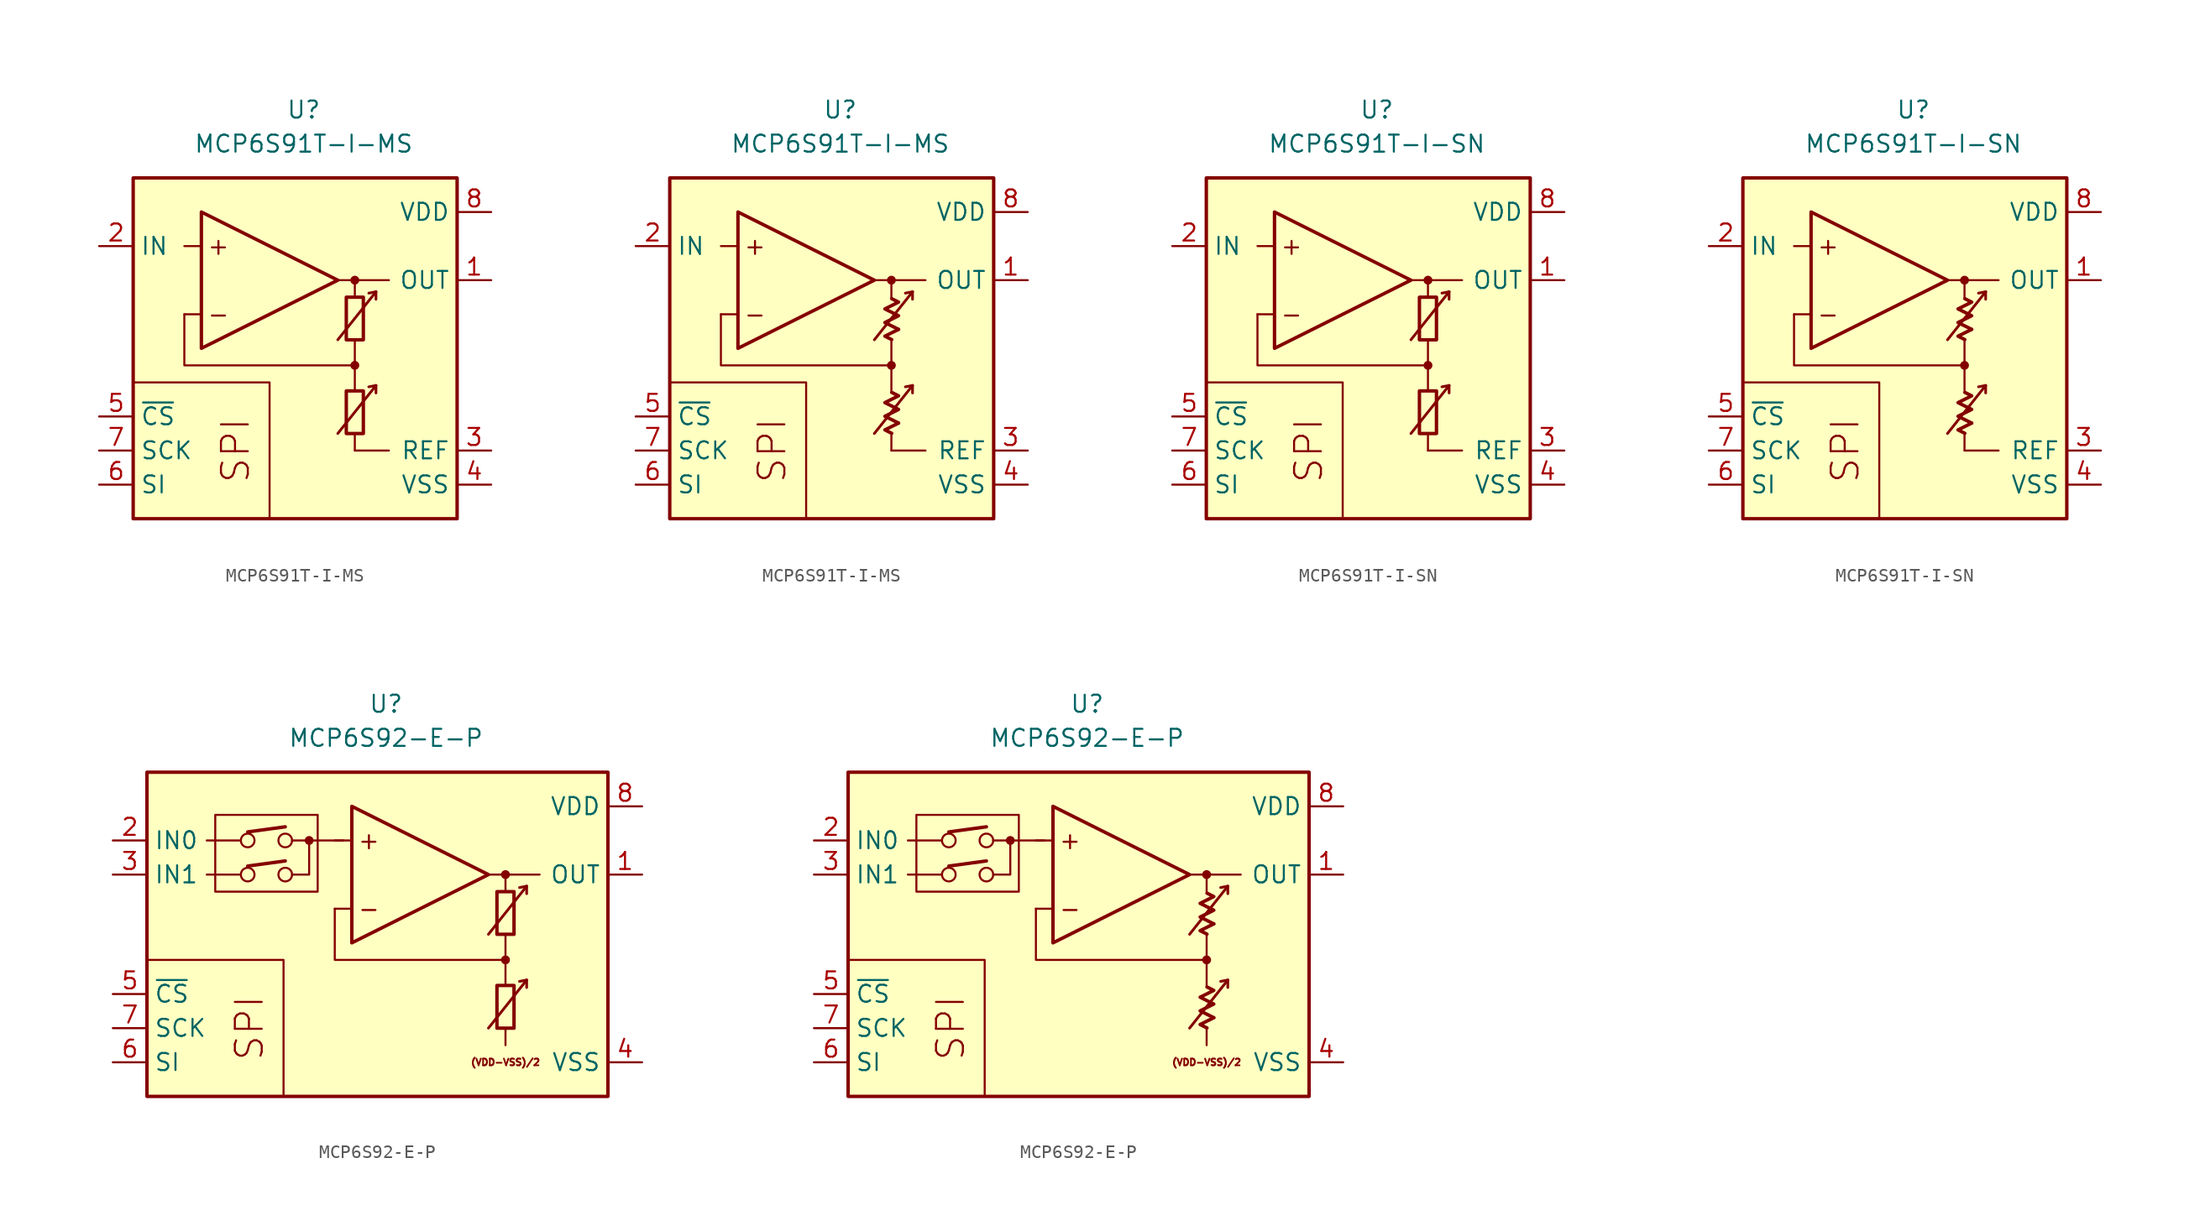
<source format=kicad_sym>
(kicad_symbol_lib
  (version 20231120)
  (generator "kicad_symbol_editor")
  (generator_version "8.0")
  (symbol "MCP6S91T-I-MS"
    (property "Reference" "U"
      (at 0 17.78 0)
      (effects (font (size 1.27 1.27))))
    (property "Value" "MCP6S91T-I-MS"
      (at 0 15.24 0)
      (effects (font (size 1.27 1.27))))
    (symbol "MCP6S91T-I-MS_0_0"
      (rectangle (start -12.7 12.7) (end 11.43 -12.7) (stroke (width 0.254) (type default)) (fill (type background)))
      (polyline (pts (xy 3.81 -3.81)) (stroke (width 0.152) (type default)) (fill (type none)))
      (polyline (pts (xy 3.81 -3.81)) (stroke (width 0.152) (type default)) (fill (type none)))
      (polyline (pts (xy 3.81 -3.175)) (stroke (width 0.152) (type default)) (fill (type none)))
      (polyline (pts (xy 3.81 3.175)) (stroke (width 0.152) (type default)) (fill (type none)))
      (polyline (pts (xy 3.81 3.81)) (stroke (width 0.152) (type default)) (fill (type none)))
      (polyline (pts (xy 3.81 3.81)) (stroke (width 0.152) (type default)) (fill (type none)))
      (polyline (pts (xy -7.62 2.54) (xy -8.89 2.54)) (stroke (width 0.152) (type default)) (fill (type none)))
      (polyline (pts (xy -7.62 7.62) (xy -8.89 7.62)) (stroke (width 0.152) (type default)) (fill (type none)))
      (polyline (pts (xy 2.54 5.08) (xy 6.35 5.08)) (stroke (width 0.152) (type default)) (fill (type none)))
      (polyline (pts (xy 3.81 -6.35) (xy 3.81 -7.62)) (stroke (width 0.152) (type default)) (fill (type none)))
      (polyline (pts (xy 3.81 -1.27) (xy 3.81 -3.175)) (stroke (width 0.152) (type default)) (fill (type none)))
      (polyline (pts (xy 3.81 0.635) (xy 3.81 -1.27)) (stroke (width 0.152) (type default)) (fill (type none)))
      (polyline (pts (xy 3.81 5.08) (xy 3.81 3.81)) (stroke (width 0.152) (type default)) (fill (type none)))
      (polyline (pts (xy -2.54 -12.7) (xy -2.54 -2.54) (xy -12.7 -2.54)) (stroke (width 0.152) (type default)) (fill (type none)))
      (polyline (pts (xy 3.81 -1.27) (xy -8.89 -1.27) (xy -8.89 2.54)) (stroke (width 0.152) (type default)) (fill (type none)))
      (circle (center 3.81 -1.27) (radius 0.254) (stroke (width 0.152) (type default)) (fill (type outline)))
      (circle (center 3.81 5.08) (radius 0.254) (stroke (width 0.152) (type default)) (fill (type outline)))
      (text "+" (at -6.35 7.62 0) (effects (font (size 1.27 1.27))))
      (text "-" (at -6.35 2.54 0) (effects (font (size 1.27 1.27))))
      (text "SPI" (at -5.08 -7.62 900) (effects (font (size 2 2)))))
    (symbol "MCP6S91T-I-MS_0_1"
      (rectangle (start 3.175 -3.175) (end 4.445 -6.35) (stroke (width 0.254) (type default)) (fill (type none)))
      (rectangle (start 3.175 3.81) (end 4.445 0.635) (stroke (width 0.254) (type default)) (fill (type none))))
    (symbol "MCP6S91T-I-MS_0_2"
      (polyline (pts (xy 4.343 -5.572) (xy 3.326 -6.08) (xy 3.834 -6.333)) (stroke (width 0.254) (type default)) (fill (type none)))
      (polyline (pts (xy 4.343 1.413) (xy 3.326 0.905) (xy 3.834 0.651)) (stroke (width 0.254) (type default)) (fill (type none)))
      (polyline (pts (xy 3.834 -3.285) (xy 4.343 -3.539) (xy 3.326 -4.048) (xy 4.343 -4.556) (xy 3.326 -5.064) (xy 4.343 -5.572)) (stroke (width 0.254) (type default)) (fill (type none)))
      (polyline (pts (xy 3.834 3.7) (xy 4.343 3.446) (xy 3.326 2.938) (xy 4.343 2.429) (xy 3.326 1.921) (xy 4.343 1.413)) (stroke (width 0.254) (type default)) (fill (type none))))
    (symbol "MCP6S91T-I-MS_1_0"
      (polyline (pts (xy 3.81 -7.62) (xy 6.35 -7.62)) (stroke (width 0) (type default)) (fill (type none)))
      (polyline (pts (xy 5.385 -2.769) (xy 4.851 -2.87)) (stroke (width 0.2) (type default)) (fill (type none)))
      (polyline (pts (xy 5.385 -2.769) (xy 5.385 -3.327)) (stroke (width 0.2) (type default)) (fill (type none)))
      (polyline (pts (xy 5.385 4.216) (xy 4.851 4.115)) (stroke (width 0.2) (type default)) (fill (type none)))
      (polyline (pts (xy 5.385 4.216) (xy 5.385 3.658)) (stroke (width 0.2) (type default)) (fill (type none)))
      (polyline (pts (xy -7.62 10.16) (xy -7.62 0) (xy 2.54 5.08) (xy -7.62 10.16)) (stroke (width 0.254) (type default)) (fill (type background)))
      (polyline (pts (xy 2.54 -6.35) (xy 5.385 -2.769) (xy 5.385 -2.769) (xy 5.385 -2.769)) (stroke (width 0.2) (type default)) (fill (type none)))
      (polyline (pts (xy 2.54 0.635) (xy 5.385 4.216) (xy 5.385 4.216) (xy 5.385 4.216)) (stroke (width 0.2) (type default)) (fill (type none))))
    (symbol "MCP6S91T-I-MS_1_1"
      (pin output line (at 13.97 5.08 180) (length 2.54) (name "OUT" (effects (font (size 1.27 1.27)))) (number "1" (effects (font (size 1.27 1.27)))))
      (pin input line (at -15.24 7.62 0) (length 2.54) (name "IN" (effects (font (size 1.27 1.27)))) (number "2" (effects (font (size 1.27 1.27)))))
      (pin passive line (at 13.97 -7.62 180) (length 2.54) (name "REF" (effects (font (size 1.27 1.27)))) (number "3" (effects (font (size 1.27 1.27)))))
      (pin power_in line (at 13.97 -10.16 180) (length 2.54) (name "VSS" (effects (font (size 1.27 1.27)))) (number "4" (effects (font (size 1.27 1.27)))))
      (pin input line (at -15.24 -5.08 0) (length 2.54) (name "~{CS}" (effects (font (size 1.27 1.27)))) (number "5" (effects (font (size 1.27 1.27)))))
      (pin input line (at -15.24 -10.16 0) (length 2.54) (name "SI" (effects (font (size 1.27 1.27)))) (number "6" (effects (font (size 1.27 1.27)))))
      (pin input line (at -15.24 -7.62 0) (length 2.54) (name "SCK" (effects (font (size 1.27 1.27)))) (number "7" (effects (font (size 1.27 1.27)))))
      (pin power_in line (at 13.97 10.16 180) (length 2.54) (name "VDD" (effects (font (size 1.27 1.27)))) (number "8" (effects (font (size 1.27 1.27))))))
    (symbol "MCP6S91T-I-MS_1_2"
      (pin output line (at 13.97 5.08 180) (length 2.54) (name "OUT" (effects (font (size 1.27 1.27)))) (number "1" (effects (font (size 1.27 1.27)))))
      (pin input line (at -15.24 7.62 0) (length 2.54) (name "IN" (effects (font (size 1.27 1.27)))) (number "2" (effects (font (size 1.27 1.27)))))
      (pin passive line (at 13.97 -7.62 180) (length 2.54) (name "REF" (effects (font (size 1.27 1.27)))) (number "3" (effects (font (size 1.27 1.27)))))
      (pin power_in line (at 13.97 -10.16 180) (length 2.54) (name "VSS" (effects (font (size 1.27 1.27)))) (number "4" (effects (font (size 1.27 1.27)))))
      (pin input line (at -15.24 -5.08 0) (length 2.54) (name "~{CS}" (effects (font (size 1.27 1.27)))) (number "5" (effects (font (size 1.27 1.27)))))
      (pin input line (at -15.24 -10.16 0) (length 2.54) (name "SI" (effects (font (size 1.27 1.27)))) (number "6" (effects (font (size 1.27 1.27)))))
      (pin input line (at -15.24 -7.62 0) (length 2.54) (name "SCK" (effects (font (size 1.27 1.27)))) (number "7" (effects (font (size 1.27 1.27)))))
      (pin power_in line (at 13.97 10.16 180) (length 2.54) (name "VDD" (effects (font (size 1.27 1.27)))) (number "8" (effects (font (size 1.27 1.27)))))))
  (symbol "MCP6S91T-I-SN"
    (property "Reference" "U"
      (at 0 17.78 0)
      (effects (font (size 1.27 1.27))))
    (property "Value" "MCP6S91T-I-SN"
      (at 0 15.24 0)
      (effects (font (size 1.27 1.27))))
    (symbol "MCP6S91T-I-SN_0_0"
      (rectangle (start -12.7 12.7) (end 11.43 -12.7) (stroke (width 0.254) (type default)) (fill (type background)))
      (polyline (pts (xy 3.81 -3.81)) (stroke (width 0.152) (type default)) (fill (type none)))
      (polyline (pts (xy 3.81 -3.81)) (stroke (width 0.152) (type default)) (fill (type none)))
      (polyline (pts (xy 3.81 -3.175)) (stroke (width 0.152) (type default)) (fill (type none)))
      (polyline (pts (xy 3.81 3.175)) (stroke (width 0.152) (type default)) (fill (type none)))
      (polyline (pts (xy 3.81 3.81)) (stroke (width 0.152) (type default)) (fill (type none)))
      (polyline (pts (xy 3.81 3.81)) (stroke (width 0.152) (type default)) (fill (type none)))
      (polyline (pts (xy -7.62 2.54) (xy -8.89 2.54)) (stroke (width 0.152) (type default)) (fill (type none)))
      (polyline (pts (xy -7.62 7.62) (xy -8.89 7.62)) (stroke (width 0.152) (type default)) (fill (type none)))
      (polyline (pts (xy 2.54 5.08) (xy 6.35 5.08)) (stroke (width 0.152) (type default)) (fill (type none)))
      (polyline (pts (xy 3.81 -6.35) (xy 3.81 -7.62)) (stroke (width 0.152) (type default)) (fill (type none)))
      (polyline (pts (xy 3.81 -1.27) (xy 3.81 -3.175)) (stroke (width 0.152) (type default)) (fill (type none)))
      (polyline (pts (xy 3.81 0.635) (xy 3.81 -1.27)) (stroke (width 0.152) (type default)) (fill (type none)))
      (polyline (pts (xy 3.81 5.08) (xy 3.81 3.81)) (stroke (width 0.152) (type default)) (fill (type none)))
      (polyline (pts (xy -2.54 -12.7) (xy -2.54 -2.54) (xy -12.7 -2.54)) (stroke (width 0.152) (type default)) (fill (type none)))
      (polyline (pts (xy 3.81 -1.27) (xy -8.89 -1.27) (xy -8.89 2.54)) (stroke (width 0.152) (type default)) (fill (type none)))
      (circle (center 3.81 -1.27) (radius 0.254) (stroke (width 0.152) (type default)) (fill (type outline)))
      (circle (center 3.81 5.08) (radius 0.254) (stroke (width 0.152) (type default)) (fill (type outline)))
      (text "+" (at -6.35 7.62 0) (effects (font (size 1.27 1.27))))
      (text "-" (at -6.35 2.54 0) (effects (font (size 1.27 1.27))))
      (text "SPI" (at -5.08 -7.62 900) (effects (font (size 2 2)))))
    (symbol "MCP6S91T-I-SN_0_1"
      (rectangle (start 3.175 -3.175) (end 4.445 -6.35) (stroke (width 0.254) (type default)) (fill (type none)))
      (rectangle (start 3.175 3.81) (end 4.445 0.635) (stroke (width 0.254) (type default)) (fill (type none))))
    (symbol "MCP6S91T-I-SN_0_2"
      (polyline (pts (xy 4.343 -5.572) (xy 3.326 -6.08) (xy 3.834 -6.333)) (stroke (width 0.254) (type default)) (fill (type none)))
      (polyline (pts (xy 4.343 1.413) (xy 3.326 0.905) (xy 3.834 0.651)) (stroke (width 0.254) (type default)) (fill (type none)))
      (polyline (pts (xy 3.834 -3.285) (xy 4.343 -3.539) (xy 3.326 -4.048) (xy 4.343 -4.556) (xy 3.326 -5.064) (xy 4.343 -5.572)) (stroke (width 0.254) (type default)) (fill (type none)))
      (polyline (pts (xy 3.834 3.7) (xy 4.343 3.446) (xy 3.326 2.938) (xy 4.343 2.429) (xy 3.326 1.921) (xy 4.343 1.413)) (stroke (width 0.254) (type default)) (fill (type none))))
    (symbol "MCP6S91T-I-SN_1_0"
      (polyline (pts (xy 3.81 -7.62) (xy 6.35 -7.62)) (stroke (width 0) (type default)) (fill (type none)))
      (polyline (pts (xy 5.385 -2.769) (xy 4.851 -2.87)) (stroke (width 0.2) (type default)) (fill (type none)))
      (polyline (pts (xy 5.385 -2.769) (xy 5.385 -3.327)) (stroke (width 0.2) (type default)) (fill (type none)))
      (polyline (pts (xy 5.385 4.216) (xy 4.851 4.115)) (stroke (width 0.2) (type default)) (fill (type none)))
      (polyline (pts (xy 5.385 4.216) (xy 5.385 3.658)) (stroke (width 0.2) (type default)) (fill (type none)))
      (polyline (pts (xy -7.62 10.16) (xy -7.62 0) (xy 2.54 5.08) (xy -7.62 10.16)) (stroke (width 0.254) (type default)) (fill (type background)))
      (polyline (pts (xy 2.54 -6.35) (xy 5.385 -2.769) (xy 5.385 -2.769) (xy 5.385 -2.769)) (stroke (width 0.2) (type default)) (fill (type none)))
      (polyline (pts (xy 2.54 0.635) (xy 5.385 4.216) (xy 5.385 4.216) (xy 5.385 4.216)) (stroke (width 0.2) (type default)) (fill (type none))))
    (symbol "MCP6S91T-I-SN_1_1"
      (pin output line (at 13.97 5.08 180) (length 2.54) (name "OUT" (effects (font (size 1.27 1.27)))) (number "1" (effects (font (size 1.27 1.27)))))
      (pin input line (at -15.24 7.62 0) (length 2.54) (name "IN" (effects (font (size 1.27 1.27)))) (number "2" (effects (font (size 1.27 1.27)))))
      (pin passive line (at 13.97 -7.62 180) (length 2.54) (name "REF" (effects (font (size 1.27 1.27)))) (number "3" (effects (font (size 1.27 1.27)))))
      (pin power_in line (at 13.97 -10.16 180) (length 2.54) (name "VSS" (effects (font (size 1.27 1.27)))) (number "4" (effects (font (size 1.27 1.27)))))
      (pin input line (at -15.24 -5.08 0) (length 2.54) (name "~{CS}" (effects (font (size 1.27 1.27)))) (number "5" (effects (font (size 1.27 1.27)))))
      (pin input line (at -15.24 -10.16 0) (length 2.54) (name "SI" (effects (font (size 1.27 1.27)))) (number "6" (effects (font (size 1.27 1.27)))))
      (pin input line (at -15.24 -7.62 0) (length 2.54) (name "SCK" (effects (font (size 1.27 1.27)))) (number "7" (effects (font (size 1.27 1.27)))))
      (pin power_in line (at 13.97 10.16 180) (length 2.54) (name "VDD" (effects (font (size 1.27 1.27)))) (number "8" (effects (font (size 1.27 1.27))))))
    (symbol "MCP6S91T-I-SN_1_2"
      (pin output line (at 13.97 5.08 180) (length 2.54) (name "OUT" (effects (font (size 1.27 1.27)))) (number "1" (effects (font (size 1.27 1.27)))))
      (pin input line (at -15.24 7.62 0) (length 2.54) (name "IN" (effects (font (size 1.27 1.27)))) (number "2" (effects (font (size 1.27 1.27)))))
      (pin passive line (at 13.97 -7.62 180) (length 2.54) (name "REF" (effects (font (size 1.27 1.27)))) (number "3" (effects (font (size 1.27 1.27)))))
      (pin power_in line (at 13.97 -10.16 180) (length 2.54) (name "VSS" (effects (font (size 1.27 1.27)))) (number "4" (effects (font (size 1.27 1.27)))))
      (pin input line (at -15.24 -5.08 0) (length 2.54) (name "~{CS}" (effects (font (size 1.27 1.27)))) (number "5" (effects (font (size 1.27 1.27)))))
      (pin input line (at -15.24 -10.16 0) (length 2.54) (name "SI" (effects (font (size 1.27 1.27)))) (number "6" (effects (font (size 1.27 1.27)))))
      (pin input line (at -15.24 -7.62 0) (length 2.54) (name "SCK" (effects (font (size 1.27 1.27)))) (number "7" (effects (font (size 1.27 1.27)))))
      (pin power_in line (at 13.97 10.16 180) (length 2.54) (name "VDD" (effects (font (size 1.27 1.27)))) (number "8" (effects (font (size 1.27 1.27)))))))
  (symbol "MCP6S92-E-P"
    (property "Reference" "U"
      (at 0 17.78 0)
      (effects (font (size 1.27 1.27))))
    (property "Value" "MCP6S92-E-P"
      (at 0 15.24 0)
      (effects (font (size 1.27 1.27))))
    (symbol "MCP6S92-E-P_0_0"
      (rectangle (start -17.78 12.7) (end 16.51 -11.43) (stroke (width 0.254) (type default)) (fill (type background)))
      (rectangle (start -12.7 9.525) (end -5.08 3.81) (stroke (width 0.152) (type default)) (fill (type none)))
      (circle (center -10.287 5.08) (radius 0.508) (stroke (width 0) (type default)) (fill (type none)))
      (circle (center -10.287 7.62) (radius 0.508) (stroke (width 0) (type default)) (fill (type none)))
      (circle (center -7.493 5.08) (radius 0.508) (stroke (width 0) (type default)) (fill (type none)))
      (circle (center -7.493 7.62) (radius 0.508) (stroke (width 0) (type default)) (fill (type none)))
      (circle (center -5.715 7.62) (radius 0.254) (stroke (width 0.152) (type default)) (fill (type outline)))
      (polyline (pts (xy 8.89 -3.81)) (stroke (width 0.152) (type default)) (fill (type none)))
      (polyline (pts (xy 8.89 -3.81)) (stroke (width 0.152) (type default)) (fill (type none)))
      (polyline (pts (xy 8.89 -3.175)) (stroke (width 0.152) (type default)) (fill (type none)))
      (polyline (pts (xy 8.89 3.175)) (stroke (width 0.152) (type default)) (fill (type none)))
      (polyline (pts (xy 8.89 3.81)) (stroke (width 0.152) (type default)) (fill (type none)))
      (polyline (pts (xy 8.89 3.81)) (stroke (width 0.152) (type default)) (fill (type none)))
      (polyline (pts (xy -10.795 5.08) (xy -13.335 5.08)) (stroke (width 0.152) (type default)) (fill (type none)))
      (polyline (pts (xy -10.795 7.62) (xy -13.335 7.62)) (stroke (width 0.152) (type default)) (fill (type none)))
      (polyline (pts (xy -10.287 5.715) (xy -7.493 6.096)) (stroke (width 0.254) (type default)) (fill (type none)))
      (polyline (pts (xy -10.287 8.255) (xy -7.493 8.636)) (stroke (width 0.254) (type default)) (fill (type none)))
      (polyline (pts (xy -3.175 7.62) (xy -6.985 7.62)) (stroke (width 0.152) (type default)) (fill (type none)))
      (polyline (pts (xy -2.54 2.54) (xy -3.81 2.54)) (stroke (width 0.152) (type default)) (fill (type none)))
      (polyline (pts (xy -2.54 7.62) (xy -3.81 7.62)) (stroke (width 0.152) (type default)) (fill (type none)))
      (polyline (pts (xy 7.62 5.08) (xy 11.43 5.08)) (stroke (width 0.152) (type default)) (fill (type none)))
      (polyline (pts (xy 8.89 -6.35) (xy 8.89 -7.62)) (stroke (width 0.152) (type default)) (fill (type none)))
      (polyline (pts (xy 8.89 -1.27) (xy 8.89 -3.175)) (stroke (width 0.152) (type default)) (fill (type none)))
      (polyline (pts (xy 8.89 0.635) (xy 8.89 -1.27)) (stroke (width 0.152) (type default)) (fill (type none)))
      (polyline (pts (xy 8.89 5.08) (xy 8.89 3.81)) (stroke (width 0.152) (type default)) (fill (type none)))
      (polyline (pts (xy -7.62 -11.43) (xy -7.62 -1.27) (xy -17.78 -1.27)) (stroke (width 0.152) (type default)) (fill (type none)))
      (polyline (pts (xy -6.985 5.08) (xy -5.715 5.08) (xy -5.715 7.62)) (stroke (width 0.152) (type default)) (fill (type none)))
      (polyline (pts (xy 8.89 -1.27) (xy -3.81 -1.27) (xy -3.81 2.54)) (stroke (width 0.152) (type default)) (fill (type none)))
      (circle (center 8.89 -1.27) (radius 0.254) (stroke (width 0.152) (type default)) (fill (type outline)))
      (circle (center 8.89 5.08) (radius 0.254) (stroke (width 0.152) (type default)) (fill (type outline)))
      (text "(VDD-VSS)/2" (at 8.89 -8.89 0) (effects (font (size 0.5 0.5))))
      (text "+" (at -1.27 7.62 0) (effects (font (size 1.27 1.27))))
      (text "-" (at -1.27 2.54 0) (effects (font (size 1.27 1.27))))
      (text "SPI" (at -10.16 -6.35 900) (effects (font (size 2 2)))))
    (symbol "MCP6S92-E-P_0_1"
      (rectangle (start 8.255 -3.175) (end 9.525 -6.35) (stroke (width 0.254) (type default)) (fill (type none)))
      (rectangle (start 8.255 3.81) (end 9.525 0.635) (stroke (width 0.254) (type default)) (fill (type none))))
    (symbol "MCP6S92-E-P_0_2"
      (polyline (pts (xy 9.422 -5.572) (xy 8.406 -6.08) (xy 8.915 -6.333)) (stroke (width 0.254) (type default)) (fill (type none)))
      (polyline (pts (xy 9.422 1.413) (xy 8.406 0.905) (xy 8.915 0.651)) (stroke (width 0.254) (type default)) (fill (type none)))
      (polyline (pts (xy 8.915 -3.285) (xy 9.422 -3.539) (xy 8.406 -4.048) (xy 9.422 -4.556) (xy 8.406 -5.064) (xy 9.422 -5.572)) (stroke (width 0.254) (type default)) (fill (type none)))
      (polyline (pts (xy 8.915 3.7) (xy 9.422 3.446) (xy 8.406 2.938) (xy 9.422 2.429) (xy 8.406 1.921) (xy 9.422 1.413)) (stroke (width 0.254) (type default)) (fill (type none))))
    (symbol "MCP6S92-E-P_1_0"
      (polyline (pts (xy 10.465 -2.769) (xy 9.931 -2.87)) (stroke (width 0.2) (type default)) (fill (type none)))
      (polyline (pts (xy 10.465 -2.769) (xy 10.465 -3.327)) (stroke (width 0.2) (type default)) (fill (type none)))
      (polyline (pts (xy 10.465 4.216) (xy 9.931 4.115)) (stroke (width 0.2) (type default)) (fill (type none)))
      (polyline (pts (xy 10.465 4.216) (xy 10.465 3.658)) (stroke (width 0.2) (type default)) (fill (type none)))
      (polyline (pts (xy -2.54 10.16) (xy -2.54 0) (xy 7.62 5.08) (xy -2.54 10.16)) (stroke (width 0.254) (type default)) (fill (type background)))
      (polyline (pts (xy 7.62 -6.35) (xy 10.465 -2.769) (xy 10.465 -2.769) (xy 10.465 -2.769)) (stroke (width 0.2) (type default)) (fill (type none)))
      (polyline (pts (xy 7.62 0.635) (xy 10.465 4.216) (xy 10.465 4.216) (xy 10.465 4.216)) (stroke (width 0.2) (type default)) (fill (type none))))
    (symbol "MCP6S92-E-P_1_1"
      (pin output line (at 19.05 5.08 180) (length 2.54) (name "OUT" (effects (font (size 1.27 1.27)))) (number "1" (effects (font (size 1.27 1.27)))))
      (pin input line (at -20.32 7.62 0) (length 2.54) (name "IN0" (effects (font (size 1.27 1.27)))) (number "2" (effects (font (size 1.27 1.27)))))
      (pin input line (at -20.32 5.08 0) (length 2.54) (name "IN1" (effects (font (size 1.27 1.27)))) (number "3" (effects (font (size 1.27 1.27)))))
      (pin power_in line (at 19.05 -8.89 180) (length 2.54) (name "VSS" (effects (font (size 1.27 1.27)))) (number "4" (effects (font (size 1.27 1.27)))))
      (pin input line (at -20.32 -3.81 0) (length 2.54) (name "~{CS}" (effects (font (size 1.27 1.27)))) (number "5" (effects (font (size 1.27 1.27)))))
      (pin input line (at -20.32 -8.89 0) (length 2.54) (name "SI" (effects (font (size 1.27 1.27)))) (number "6" (effects (font (size 1.27 1.27)))))
      (pin input line (at -20.32 -6.35 0) (length 2.54) (name "SCK" (effects (font (size 1.27 1.27)))) (number "7" (effects (font (size 1.27 1.27)))))
      (pin power_in line (at 19.05 10.16 180) (length 2.54) (name "VDD" (effects (font (size 1.27 1.27)))) (number "8" (effects (font (size 1.27 1.27))))))
    (symbol "MCP6S92-E-P_1_2"
      (pin output line (at 19.05 5.08 180) (length 2.54) (name "OUT" (effects (font (size 1.27 1.27)))) (number "1" (effects (font (size 1.27 1.27)))))
      (pin input line (at -20.32 7.62 0) (length 2.54) (name "IN0" (effects (font (size 1.27 1.27)))) (number "2" (effects (font (size 1.27 1.27)))))
      (pin input line (at -20.32 5.08 0) (length 2.54) (name "IN1" (effects (font (size 1.27 1.27)))) (number "3" (effects (font (size 1.27 1.27)))))
      (pin power_in line (at 19.05 -8.89 180) (length 2.54) (name "VSS" (effects (font (size 1.27 1.27)))) (number "4" (effects (font (size 1.27 1.27)))))
      (pin input line (at -20.32 -3.81 0) (length 2.54) (name "~{CS}" (effects (font (size 1.27 1.27)))) (number "5" (effects (font (size 1.27 1.27)))))
      (pin input line (at -20.32 -8.89 0) (length 2.54) (name "SI" (effects (font (size 1.27 1.27)))) (number "6" (effects (font (size 1.27 1.27)))))
      (pin input line (at -20.32 -6.35 0) (length 2.54) (name "SCK" (effects (font (size 1.27 1.27)))) (number "7" (effects (font (size 1.27 1.27)))))
      (pin power_in line (at 19.05 10.16 180) (length 2.54) (name "VDD" (effects (font (size 1.27 1.27)))) (number "8" (effects (font (size 1.27 1.27))))))))
</source>
